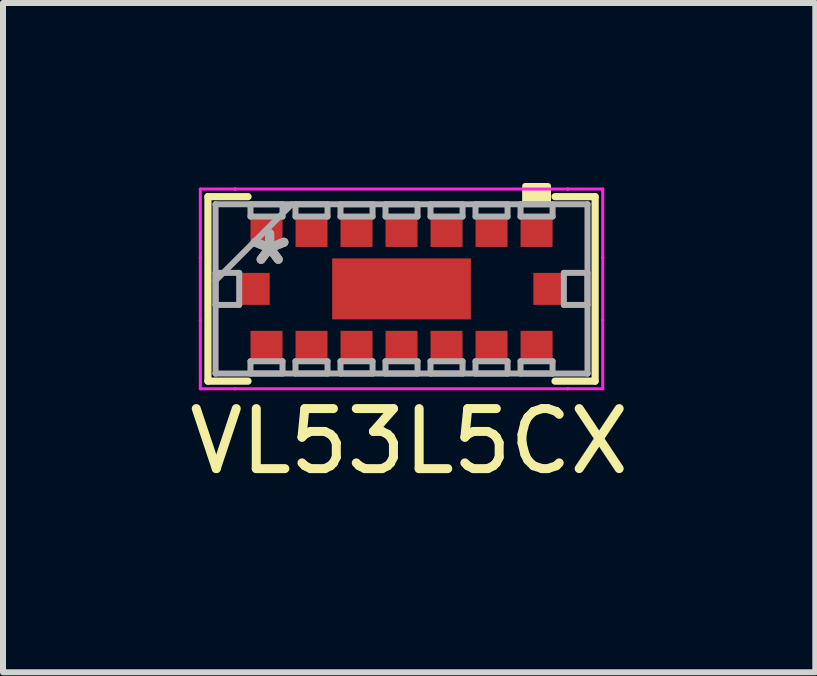
<source format=kicad_pcb>
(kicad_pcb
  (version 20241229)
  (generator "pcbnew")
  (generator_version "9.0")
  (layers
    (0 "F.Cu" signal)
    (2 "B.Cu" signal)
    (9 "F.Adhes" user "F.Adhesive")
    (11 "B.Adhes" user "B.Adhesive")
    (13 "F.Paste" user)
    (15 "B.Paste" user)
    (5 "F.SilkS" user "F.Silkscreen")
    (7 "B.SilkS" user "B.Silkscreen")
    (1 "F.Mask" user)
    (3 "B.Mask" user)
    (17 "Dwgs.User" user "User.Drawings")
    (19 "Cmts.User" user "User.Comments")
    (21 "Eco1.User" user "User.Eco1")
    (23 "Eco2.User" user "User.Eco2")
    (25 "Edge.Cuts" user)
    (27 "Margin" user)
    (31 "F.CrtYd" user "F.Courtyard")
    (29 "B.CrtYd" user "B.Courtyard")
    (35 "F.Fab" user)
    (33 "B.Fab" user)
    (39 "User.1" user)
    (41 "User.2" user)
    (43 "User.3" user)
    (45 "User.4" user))
  (footprint "VL53L5CX"
    (layer "F.Cu")
    (at 3.641 1.764)
    (property "Reference" "VL53L5CX" (at 0.127 2.54 0) (layer "F.SilkS") (effects (font (size 1 1) (thickness 0.15))))
    (attr through_hole)
    (fp_line (start -3.226 -1.537) (end -3.226 1.537) (stroke (width 0.12) (type solid)) (layer "F.SilkS"))
    (fp_line (start -3.226 1.537) (end -2.558 1.537) (stroke (width 0.12) (type solid)) (layer "F.SilkS"))
    (fp_line (start -2.558 -1.537) (end -3.226 -1.537) (stroke (width 0.12) (type solid)) (layer "F.SilkS"))
    (fp_line (start 2.558 1.537) (end 3.226 1.537) (stroke (width 0.12) (type solid)) (layer "F.SilkS"))
    (fp_line (start 3.226 -1.537) (end 2.558 -1.537) (stroke (width 0.12) (type solid)) (layer "F.SilkS"))
    (fp_line (start 3.226 1.537) (end 3.226 -1.537) (stroke (width 0.12) (type solid)) (layer "F.SilkS"))
    (fp_poly (pts (xy 2.06 -1.46) (xy 2.06 -1.714) (xy 2.441 -1.714) (xy 2.441 -1.46)) (stroke (width 0.1) (type solid)) (fill yes) (layer "F.SilkS"))
    (fp_line (start -3.353 -1.664) (end -2.771 -1.664) (stroke (width 0.05) (type solid)) (layer "F.CrtYd"))
    (fp_line (start -3.353 -0.521) (end -3.353 -1.664) (stroke (width 0.05) (type solid)) (layer "F.CrtYd"))
    (fp_line (start -3.353 -0.521) (end -3.353 -0.521) (stroke (width 0.05) (type solid)) (layer "F.CrtYd"))
    (fp_line (start -3.353 -0.521) (end -3.353 -0.521) (stroke (width 0.05) (type solid)) (layer "F.CrtYd"))
    (fp_line (start -3.353 0.521) (end -3.353 -0.521) (stroke (width 0.05) (type solid)) (layer "F.CrtYd"))
    (fp_line (start -3.353 0.521) (end -3.353 0.521) (stroke (width 0.05) (type solid)) (layer "F.CrtYd"))
    (fp_line (start -3.353 0.521) (end -3.353 0.521) (stroke (width 0.05) (type solid)) (layer "F.CrtYd"))
    (fp_line (start -3.353 1.664) (end -3.353 0.521) (stroke (width 0.05) (type solid)) (layer "F.CrtYd"))
    (fp_line (start -2.771 -1.664) (end -2.771 -1.664) (stroke (width 0.05) (type solid)) (layer "F.CrtYd"))
    (fp_line (start -2.771 -1.664) (end -2.771 -1.664) (stroke (width 0.05) (type solid)) (layer "F.CrtYd"))
    (fp_line (start -2.771 -1.664) (end 2.771 -1.664) (stroke (width 0.05) (type solid)) (layer "F.CrtYd"))
    (fp_line (start -2.771 1.664) (end -3.353 1.664) (stroke (width 0.05) (type solid)) (layer "F.CrtYd"))
    (fp_line (start -2.771 1.664) (end -2.771 1.664) (stroke (width 0.05) (type solid)) (layer "F.CrtYd"))
    (fp_line (start -2.771 1.664) (end -2.771 1.664) (stroke (width 0.05) (type solid)) (layer "F.CrtYd"))
    (fp_line (start 2.771 -1.664) (end 2.771 -1.664) (stroke (width 0.05) (type solid)) (layer "F.CrtYd"))
    (fp_line (start 2.771 -1.664) (end 2.771 -1.664) (stroke (width 0.05) (type solid)) (layer "F.CrtYd"))
    (fp_line (start 2.771 -1.664) (end 3.353 -1.664) (stroke (width 0.05) (type solid)) (layer "F.CrtYd"))
    (fp_line (start 2.771 1.664) (end -2.771 1.664) (stroke (width 0.05) (type solid)) (layer "F.CrtYd"))
    (fp_line (start 2.771 1.664) (end 2.771 1.664) (stroke (width 0.05) (type solid)) (layer "F.CrtYd"))
    (fp_line (start 2.771 1.664) (end 2.771 1.664) (stroke (width 0.05) (type solid)) (layer "F.CrtYd"))
    (fp_line (start 3.353 -1.664) (end 3.353 -0.521) (stroke (width 0.05) (type solid)) (layer "F.CrtYd"))
    (fp_line (start 3.353 -0.521) (end 3.353 -0.521) (stroke (width 0.05) (type solid)) (layer "F.CrtYd"))
    (fp_line (start 3.353 -0.521) (end 3.353 -0.521) (stroke (width 0.05) (type solid)) (layer "F.CrtYd"))
    (fp_line (start 3.353 -0.521) (end 3.353 0.521) (stroke (width 0.05) (type solid)) (layer "F.CrtYd"))
    (fp_line (start 3.353 0.521) (end 3.353 0.521) (stroke (width 0.05) (type solid)) (layer "F.CrtYd"))
    (fp_line (start 3.353 0.521) (end 3.353 0.521) (stroke (width 0.05) (type solid)) (layer "F.CrtYd"))
    (fp_line (start 3.353 0.521) (end 3.353 1.664) (stroke (width 0.05) (type solid)) (layer "F.CrtYd"))
    (fp_line (start 3.353 1.664) (end 2.771 1.664) (stroke (width 0.05) (type solid)) (layer "F.CrtYd"))
    (fp_line (start -3.099 -1.41) (end -3.099 -1.41) (stroke (width 0.1) (type solid)) (layer "F.Fab"))
    (fp_line (start -3.099 -1.41) (end -3.099 1.41) (stroke (width 0.1) (type solid)) (layer "F.Fab"))
    (fp_line (start -3.099 -0.267) (end -2.705 -0.267) (stroke (width 0.1) (type solid)) (layer "F.Fab"))
    (fp_line (start -3.099 -0.14) (end -1.829 -1.41) (stroke (width 0.1) (type solid)) (layer "F.Fab"))
    (fp_line (start -3.099 0.267) (end -3.099 -0.267) (stroke (width 0.1) (type solid)) (layer "F.Fab"))
    (fp_line (start -3.099 1.41) (end -3.099 1.41) (stroke (width 0.1) (type solid)) (layer "F.Fab"))
    (fp_line (start -3.099 1.41) (end 3.099 1.41) (stroke (width 0.1) (type solid)) (layer "F.Fab"))
    (fp_line (start -2.705 -0.267) (end -2.705 0.267) (stroke (width 0.1) (type solid)) (layer "F.Fab"))
    (fp_line (start -2.705 0.267) (end -3.099 0.267) (stroke (width 0.1) (type solid)) (layer "F.Fab"))
    (fp_line (start -2.517 -1.41) (end -1.983 -1.41) (stroke (width 0.1) (type solid)) (layer "F.Fab"))
    (fp_line (start -2.517 -1.206) (end -2.517 -1.41) (stroke (width 0.1) (type solid)) (layer "F.Fab"))
    (fp_line (start -2.517 1.206) (end -1.983 1.206) (stroke (width 0.1) (type solid)) (layer "F.Fab"))
    (fp_line (start -2.517 1.41) (end -2.517 1.206) (stroke (width 0.1) (type solid)) (layer "F.Fab"))
    (fp_line (start -1.983 -1.41) (end -1.983 -1.206) (stroke (width 0.1) (type solid)) (layer "F.Fab"))
    (fp_line (start -1.983 -1.206) (end -2.517 -1.206) (stroke (width 0.1) (type solid)) (layer "F.Fab"))
    (fp_line (start -1.983 1.206) (end -1.983 1.41) (stroke (width 0.1) (type solid)) (layer "F.Fab"))
    (fp_line (start -1.983 1.41) (end -2.517 1.41) (stroke (width 0.1) (type solid)) (layer "F.Fab"))
    (fp_line (start -1.767 -1.41) (end -1.233 -1.41) (stroke (width 0.1) (type solid)) (layer "F.Fab"))
    (fp_line (start -1.767 -1.206) (end -1.767 -1.41) (stroke (width 0.1) (type solid)) (layer "F.Fab"))
    (fp_line (start -1.767 1.206) (end -1.233 1.206) (stroke (width 0.1) (type solid)) (layer "F.Fab"))
    (fp_line (start -1.767 1.41) (end -1.767 1.206) (stroke (width 0.1) (type solid)) (layer "F.Fab"))
    (fp_line (start -1.233 -1.41) (end -1.233 -1.206) (stroke (width 0.1) (type solid)) (layer "F.Fab"))
    (fp_line (start -1.233 -1.206) (end -1.767 -1.206) (stroke (width 0.1) (type solid)) (layer "F.Fab"))
    (fp_line (start -1.233 1.206) (end -1.233 1.41) (stroke (width 0.1) (type solid)) (layer "F.Fab"))
    (fp_line (start -1.233 1.41) (end -1.767 1.41) (stroke (width 0.1) (type solid)) (layer "F.Fab"))
    (fp_line (start -1.017 -1.41) (end -0.483 -1.41) (stroke (width 0.1) (type solid)) (layer "F.Fab"))
    (fp_line (start -1.017 -1.206) (end -1.017 -1.41) (stroke (width 0.1) (type solid)) (layer "F.Fab"))
    (fp_line (start -1.017 1.206) (end -0.483 1.206) (stroke (width 0.1) (type solid)) (layer "F.Fab"))
    (fp_line (start -1.017 1.41) (end -1.017 1.206) (stroke (width 0.1) (type solid)) (layer "F.Fab"))
    (fp_line (start -0.483 -1.41) (end -0.483 -1.206) (stroke (width 0.1) (type solid)) (layer "F.Fab"))
    (fp_line (start -0.483 -1.206) (end -1.017 -1.206) (stroke (width 0.1) (type solid)) (layer "F.Fab"))
    (fp_line (start -0.483 1.206) (end -0.483 1.41) (stroke (width 0.1) (type solid)) (layer "F.Fab"))
    (fp_line (start -0.483 1.41) (end -1.017 1.41) (stroke (width 0.1) (type solid)) (layer "F.Fab"))
    (fp_line (start -0.267 -1.41) (end 0.267 -1.41) (stroke (width 0.1) (type solid)) (layer "F.Fab"))
    (fp_line (start -0.267 -1.206) (end -0.267 -1.41) (stroke (width 0.1) (type solid)) (layer "F.Fab"))
    (fp_line (start -0.267 1.206) (end 0.267 1.206) (stroke (width 0.1) (type solid)) (layer "F.Fab"))
    (fp_line (start -0.267 1.41) (end -0.267 1.206) (stroke (width 0.1) (type solid)) (layer "F.Fab"))
    (fp_line (start 0.267 -1.41) (end 0.267 -1.206) (stroke (width 0.1) (type solid)) (layer "F.Fab"))
    (fp_line (start 0.267 -1.206) (end -0.267 -1.206) (stroke (width 0.1) (type solid)) (layer "F.Fab"))
    (fp_line (start 0.267 1.206) (end 0.267 1.41) (stroke (width 0.1) (type solid)) (layer "F.Fab"))
    (fp_line (start 0.267 1.41) (end -0.267 1.41) (stroke (width 0.1) (type solid)) (layer "F.Fab"))
    (fp_line (start 0.483 -1.41) (end 1.017 -1.41) (stroke (width 0.1) (type solid)) (layer "F.Fab"))
    (fp_line (start 0.483 -1.206) (end 0.483 -1.41) (stroke (width 0.1) (type solid)) (layer "F.Fab"))
    (fp_line (start 0.483 1.206) (end 1.017 1.206) (stroke (width 0.1) (type solid)) (layer "F.Fab"))
    (fp_line (start 0.483 1.41) (end 0.483 1.206) (stroke (width 0.1) (type solid)) (layer "F.Fab"))
    (fp_line (start 1.017 -1.41) (end 1.017 -1.206) (stroke (width 0.1) (type solid)) (layer "F.Fab"))
    (fp_line (start 1.017 -1.206) (end 0.483 -1.206) (stroke (width 0.1) (type solid)) (layer "F.Fab"))
    (fp_line (start 1.017 1.206) (end 1.017 1.41) (stroke (width 0.1) (type solid)) (layer "F.Fab"))
    (fp_line (start 1.017 1.41) (end 0.483 1.41) (stroke (width 0.1) (type solid)) (layer "F.Fab"))
    (fp_line (start 1.233 -1.41) (end 1.767 -1.41) (stroke (width 0.1) (type solid)) (layer "F.Fab"))
    (fp_line (start 1.233 -1.206) (end 1.233 -1.41) (stroke (width 0.1) (type solid)) (layer "F.Fab"))
    (fp_line (start 1.233 1.206) (end 1.767 1.206) (stroke (width 0.1) (type solid)) (layer "F.Fab"))
    (fp_line (start 1.233 1.41) (end 1.233 1.206) (stroke (width 0.1) (type solid)) (layer "F.Fab"))
    (fp_line (start 1.767 -1.41) (end 1.767 -1.206) (stroke (width 0.1) (type solid)) (layer "F.Fab"))
    (fp_line (start 1.767 -1.206) (end 1.233 -1.206) (stroke (width 0.1) (type solid)) (layer "F.Fab"))
    (fp_line (start 1.767 1.206) (end 1.767 1.41) (stroke (width 0.1) (type solid)) (layer "F.Fab"))
    (fp_line (start 1.767 1.41) (end 1.233 1.41) (stroke (width 0.1) (type solid)) (layer "F.Fab"))
    (fp_line (start 1.983 -1.41) (end 2.517 -1.41) (stroke (width 0.1) (type solid)) (layer "F.Fab"))
    (fp_line (start 1.983 -1.206) (end 1.983 -1.41) (stroke (width 0.1) (type solid)) (layer "F.Fab"))
    (fp_line (start 1.983 1.206) (end 2.517 1.206) (stroke (width 0.1) (type solid)) (layer "F.Fab"))
    (fp_line (start 1.983 1.41) (end 1.983 1.206) (stroke (width 0.1) (type solid)) (layer "F.Fab"))
    (fp_line (start 2.517 -1.41) (end 2.517 -1.206) (stroke (width 0.1) (type solid)) (layer "F.Fab"))
    (fp_line (start 2.517 -1.206) (end 1.983 -1.206) (stroke (width 0.1) (type solid)) (layer "F.Fab"))
    (fp_line (start 2.517 1.206) (end 2.517 1.41) (stroke (width 0.1) (type solid)) (layer "F.Fab"))
    (fp_line (start 2.517 1.41) (end 1.983 1.41) (stroke (width 0.1) (type solid)) (layer "F.Fab"))
    (fp_line (start 2.705 -0.267) (end 3.099 -0.267) (stroke (width 0.1) (type solid)) (layer "F.Fab"))
    (fp_line (start 2.705 0.267) (end 2.705 -0.267) (stroke (width 0.1) (type solid)) (layer "F.Fab"))
    (fp_line (start 3.099 -1.41) (end -3.099 -1.41) (stroke (width 0.1) (type solid)) (layer "F.Fab"))
    (fp_line (start 3.099 -1.41) (end 3.099 -1.41) (stroke (width 0.1) (type solid)) (layer "F.Fab"))
    (fp_line (start 3.099 -0.267) (end 3.099 0.267) (stroke (width 0.1) (type solid)) (layer "F.Fab"))
    (fp_line (start 3.099 0.267) (end 2.705 0.267) (stroke (width 0.1) (type solid)) (layer "F.Fab"))
    (fp_line (start 3.099 1.41) (end 3.099 -1.41) (stroke (width 0.1) (type solid)) (layer "F.Fab"))
    (fp_line (start 3.099 1.41) (end 3.099 1.41) (stroke (width 0.1) (type solid)) (layer "F.Fab"))
    (fp_text user "*" (at -2.197 -0.375 0) (layer "F.Fab") (effects (font (size 1 1) (thickness 0.15))))
    (fp_text user "*" (at -2.197 -0.375 0) (layer "F.Fab") (effects (font (size 1 1) (thickness 0.15))))
    (pad "A1" smd rect (at -2.25 -0.953) (size 0.533 0.508) (layers "F.Cu" "F.Mask" "F.Paste"))
    (pad "A2" smd rect (at -1.5 -0.953) (size 0.533 0.508) (layers "F.Cu" "F.Mask" "F.Paste"))
    (pad "A3" smd rect (at -0.75 -0.953) (size 0.533 0.508) (layers "F.Cu" "F.Mask" "F.Paste"))
    (pad "A4" smd rect (at 0 -0.953) (size 0.533 0.508) (layers "F.Cu" "F.Mask" "F.Paste"))
    (pad "A5" smd rect (at 0.75 -0.953) (size 0.533 0.508) (layers "F.Cu" "F.Mask" "F.Paste"))
    (pad "A6" smd rect (at 1.5 -0.953) (size 0.533 0.508) (layers "F.Cu" "F.Mask" "F.Paste"))
    (pad "A7" smd rect (at 2.25 -0.953) (size 0.533 0.508) (layers "F.Cu" "F.Mask" "F.Paste"))
    (pad "B1" smd rect (at -2.451 0 90) (size 0.533 0.508) (layers "F.Cu" "F.Mask" "F.Paste"))
    (pad "B4" smd rect (at 0 0) (size 2.311 1.016) (layers "F.Cu" "F.Mask" "F.Paste"))
    (pad "B7" smd rect (at 2.451 0 90) (size 0.533 0.508) (layers "F.Cu" "F.Mask" "F.Paste"))
    (pad "C1" smd rect (at -2.25 0.953) (size 0.533 0.508) (layers "F.Cu" "F.Mask" "F.Paste"))
    (pad "C2" smd rect (at -1.5 0.953) (size 0.533 0.508) (layers "F.Cu" "F.Mask" "F.Paste"))
    (pad "C3" smd rect (at -0.75 0.953) (size 0.533 0.508) (layers "F.Cu" "F.Mask" "F.Paste"))
    (pad "C4" smd rect (at 0 0.953) (size 0.533 0.508) (layers "F.Cu" "F.Mask" "F.Paste"))
    (pad "C5" smd rect (at 0.75 0.953) (size 0.533 0.508) (layers "F.Cu" "F.Mask" "F.Paste"))
    (pad "C6" smd rect (at 1.5 0.953) (size 0.533 0.508) (layers "F.Cu" "F.Mask" "F.Paste"))
    (pad "C7" smd rect (at 2.25 0.953) (size 0.533 0.508) (layers "F.Cu" "F.Mask" "F.Paste")))
  (gr_rect
    (start -3 -3)
    (end 10.536 8.153)
    (stroke (width 0.1) (type default))
    (fill no)
    (layer "Edge.Cuts")))
</source>
